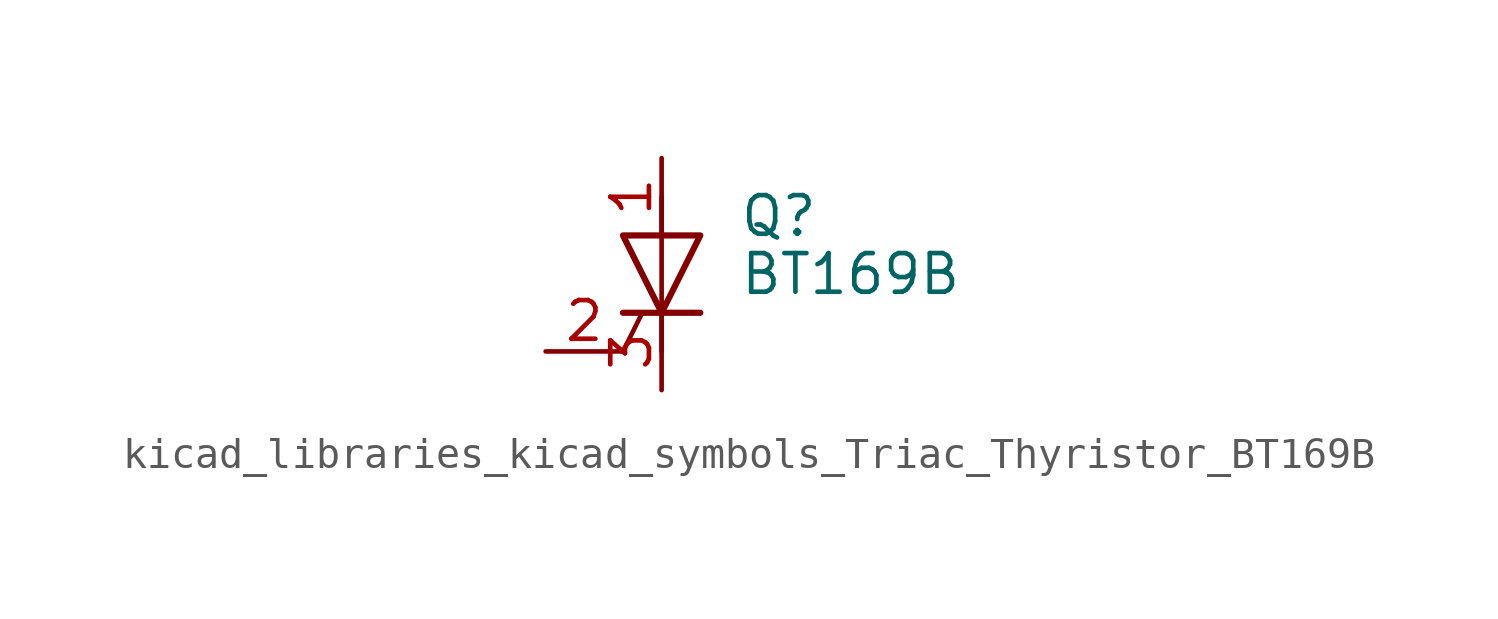
<source format=kicad_sym>
(kicad_symbol_lib
  (version 20220914)
  (generator kicad_symbol_editor)
  (symbol "kicad_libraries_kicad_symbols_Triac_Thyristor_BT169B"
    (pin_names
      (offset 0) hide)
    (property "Reference" "Q"
      (at 2.54 1.905 0)
      (effects (font (size 1.27 1.27)) (justify left)))
    (property "Value" "BT169B"
      (at 2.54 0 0)
      (effects (font (size 1.27 1.27)) (justify left)))
    (symbol "kicad_libraries_kicad_symbols_Triac_Thyristor_BT169B_0_1"
      (polyline (pts (xy -1.27 -2.54) (xy -0.635 -1.27)) (stroke (width 0) (type default)) (fill (type none)))
      (polyline (pts (xy -1.27 -1.27) (xy 1.27 -1.27)) (stroke (width 0.203) (type default)) (fill (type none)))
      (polyline (pts (xy 0 -2.54) (xy 0 2.54)) (stroke (width 0) (type default)) (fill (type none)))
      (polyline (pts (xy -1.27 1.27) (xy 1.27 1.27) (xy 0 -1.27) (xy -1.27 1.27)) (stroke (width 0.203) (type default)) (fill (type none))))
    (symbol "kicad_libraries_kicad_symbols_Triac_Thyristor_BT169B_1_1"
      (pin passive line (at 0 3.81 270) (length 2.54) (name "A" (effects (font (size 1.27 1.27)))) (number "1" (effects (font (size 1.27 1.27)))))
      (pin input line (at -3.81 -2.54 0) (length 2.54) (name "G" (effects (font (size 1.27 1.27)))) (number "2" (effects (font (size 1.27 1.27)))))
      (pin passive line (at 0 -3.81 90) (length 2.54) (name "K" (effects (font (size 1.27 1.27)))) (number "3" (effects (font (size 1.27 1.27))))))))
</source>
